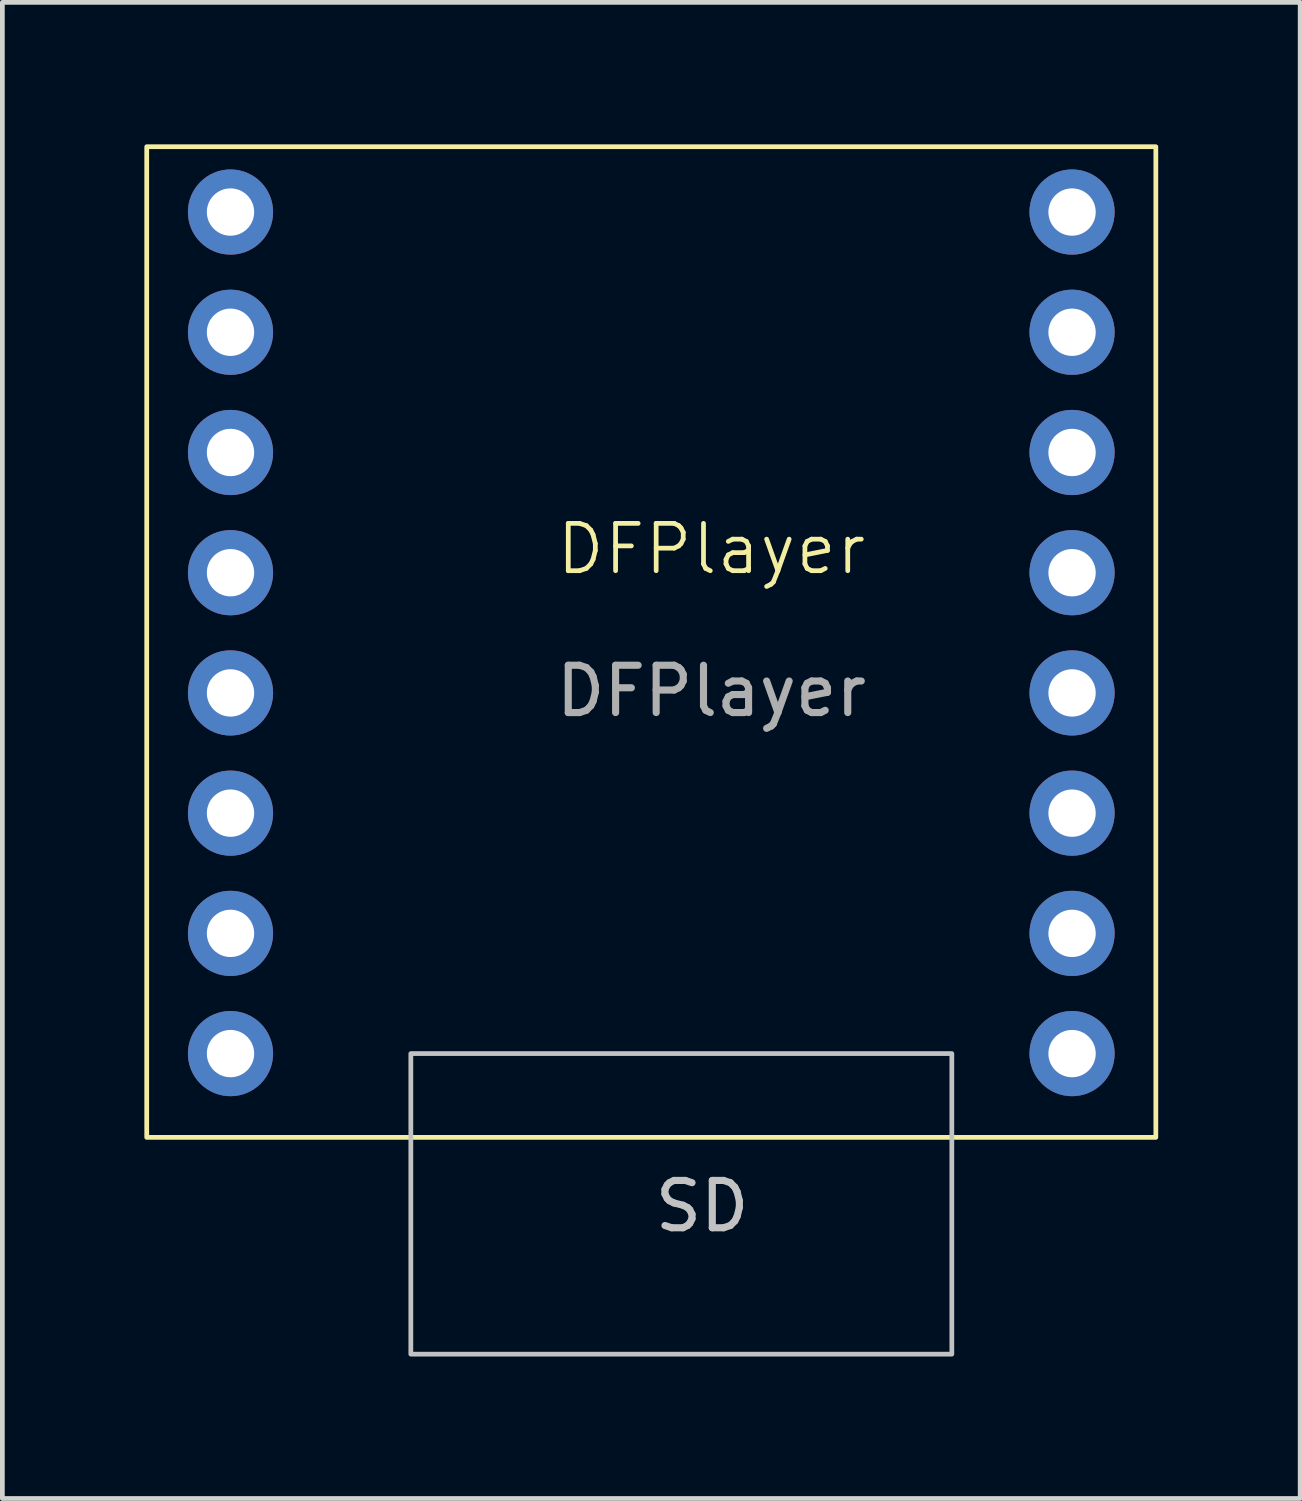
<source format=kicad_pcb>
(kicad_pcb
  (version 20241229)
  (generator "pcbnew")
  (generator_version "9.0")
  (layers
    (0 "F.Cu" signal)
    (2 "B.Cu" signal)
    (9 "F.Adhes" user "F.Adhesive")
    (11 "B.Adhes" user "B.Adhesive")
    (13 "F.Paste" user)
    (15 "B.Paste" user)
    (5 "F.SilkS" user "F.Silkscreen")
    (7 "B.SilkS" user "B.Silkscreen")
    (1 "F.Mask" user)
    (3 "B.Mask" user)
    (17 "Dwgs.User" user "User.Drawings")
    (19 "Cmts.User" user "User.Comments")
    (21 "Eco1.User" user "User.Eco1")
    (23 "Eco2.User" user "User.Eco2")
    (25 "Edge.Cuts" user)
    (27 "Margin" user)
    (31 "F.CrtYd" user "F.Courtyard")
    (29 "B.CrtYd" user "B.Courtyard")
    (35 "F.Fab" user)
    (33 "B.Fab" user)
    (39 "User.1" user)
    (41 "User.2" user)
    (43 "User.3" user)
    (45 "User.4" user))
  (footprint "DFPlayer"
    (layer "F.Cu")
    (at 10.71 9.05)
    (property "Reference" "DFPlayer" (at 1.27 -0.5 0) (unlocked yes) (layer "F.SilkS") (effects (font (size 1 1) (thickness 0.1))))
    (attr through_hole)
    (fp_rect (start -10.66 -9) (end 10.66 11.93) (stroke (width 0.1) (type default)) (fill no) (layer "F.SilkS"))
    (fp_rect (start -5.08 10.16) (end 6.35 16.51) (stroke (width 0.1) (type default)) (fill no) (layer "Dwgs.User"))
    (fp_text user "SD" (at 0 13.97 0) (unlocked yes) (layer "Dwgs.User") (effects (font (size 1 1) (thickness 0.15)) (justify left bottom)))
    (fp_text user "${REFERENCE}" (at 1.27 2.5 0) (unlocked yes) (layer "F.Fab") (effects (font (size 1 1) (thickness 0.15))))
    (pad "1" thru_hole circle (at -8.89 -7.62) (size 1.8 1.8) (drill 1) (layers "*.Cu" "*.Mask"))
    (pad "2" thru_hole circle (at -8.89 -5.08) (size 1.8 1.8) (drill 1) (layers "*.Cu" "*.Mask"))
    (pad "3" thru_hole circle (at -8.89 -2.54) (size 1.8 1.8) (drill 1) (layers "*.Cu" "*.Mask"))
    (pad "4" thru_hole circle (at -8.89 0) (size 1.8 1.8) (drill 1) (layers "*.Cu" "*.Mask"))
    (pad "5" thru_hole circle (at -8.89 2.54) (size 1.8 1.8) (drill 1) (layers "*.Cu" "*.Mask"))
    (pad "6" thru_hole circle (at -8.89 5.08) (size 1.8 1.8) (drill 1) (layers "*.Cu" "*.Mask"))
    (pad "7" thru_hole circle (at -8.89 7.62) (size 1.8 1.8) (drill 1) (layers "*.Cu" "*.Mask"))
    (pad "8" thru_hole circle (at -8.89 10.16) (size 1.8 1.8) (drill 1) (layers "*.Cu" "*.Mask"))
    (pad "9" thru_hole circle (at 8.89 10.16) (size 1.8 1.8) (drill 1) (layers "*.Cu" "*.Mask"))
    (pad "10" thru_hole circle (at 8.89 7.62) (size 1.8 1.8) (drill 1) (layers "*.Cu" "*.Mask"))
    (pad "11" thru_hole circle (at 8.89 5.08) (size 1.8 1.8) (drill 1) (layers "*.Cu" "*.Mask"))
    (pad "12" thru_hole circle (at 8.89 2.54) (size 1.8 1.8) (drill 1) (layers "*.Cu" "*.Mask"))
    (pad "13" thru_hole circle (at 8.89 0) (size 1.8 1.8) (drill 1) (layers "*.Cu" "*.Mask"))
    (pad "14" thru_hole circle (at 8.89 -2.54) (size 1.8 1.8) (drill 1) (layers "*.Cu" "*.Mask"))
    (pad "15" thru_hole circle (at 8.89 -5.08) (size 1.8 1.8) (drill 1) (layers "*.Cu" "*.Mask"))
    (pad "16" thru_hole circle (at 8.89 -7.62) (size 1.8 1.8) (drill 1) (layers "*.Cu" "*.Mask")))
  (gr_rect
    (start -3 -3)
    (end 24.42 28.61)
    (stroke (width 0.1) (type default))
    (fill no)
    (layer "Edge.Cuts")))
</source>
